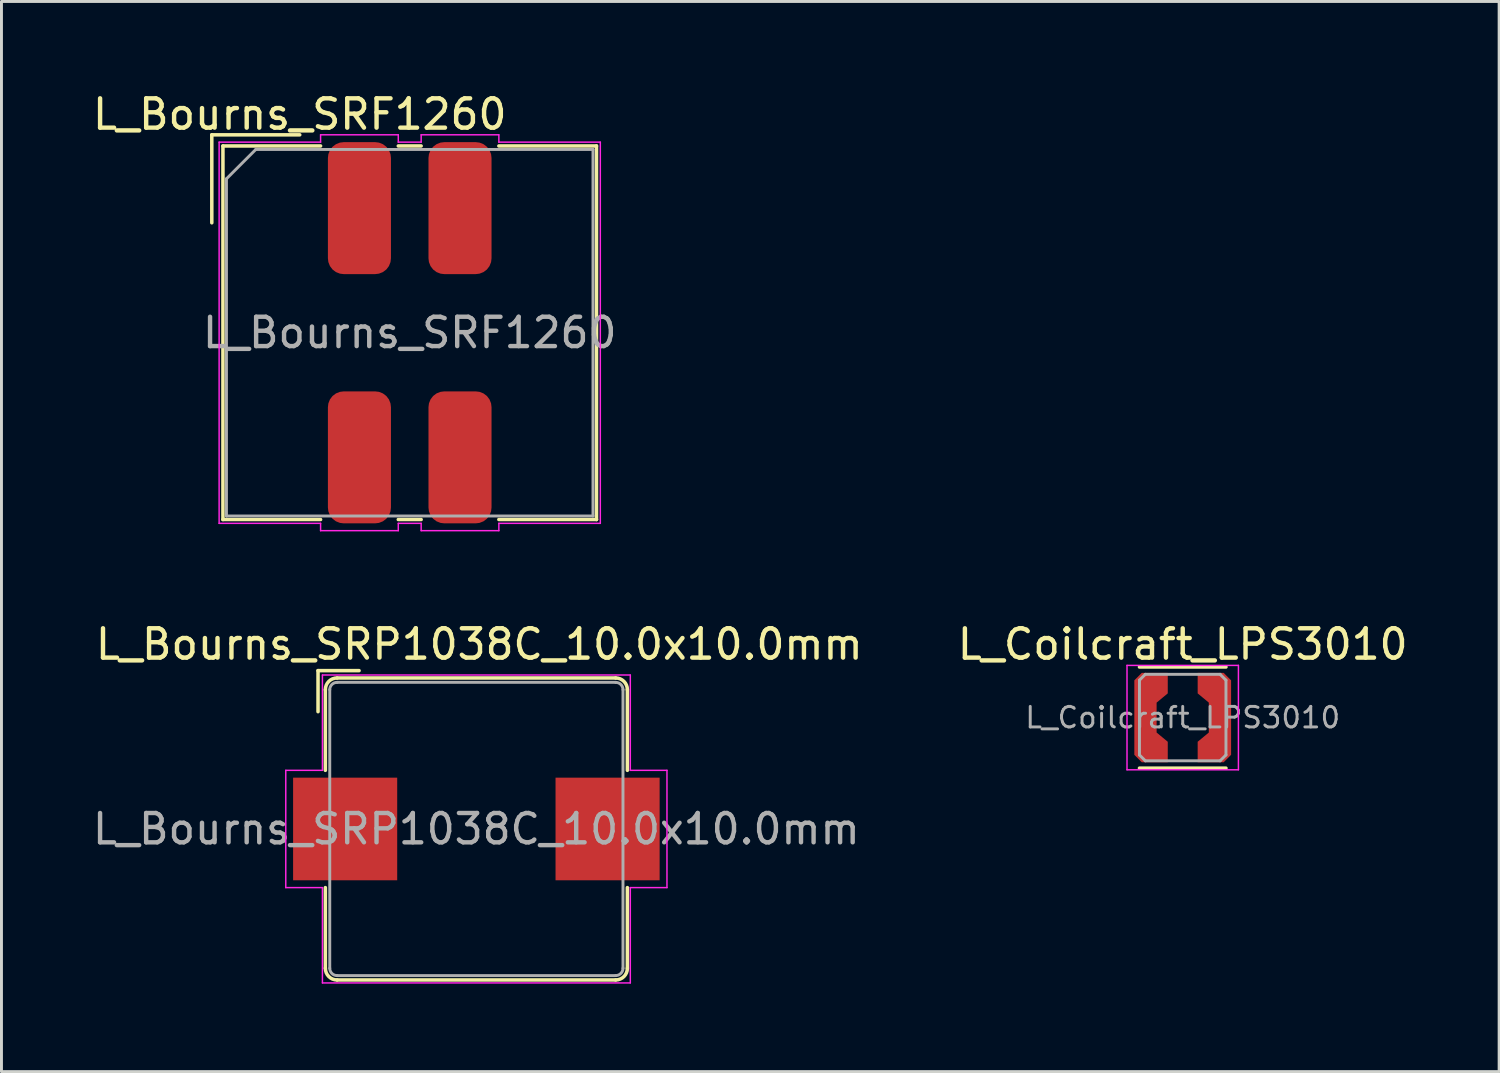
<source format=kicad_pcb>
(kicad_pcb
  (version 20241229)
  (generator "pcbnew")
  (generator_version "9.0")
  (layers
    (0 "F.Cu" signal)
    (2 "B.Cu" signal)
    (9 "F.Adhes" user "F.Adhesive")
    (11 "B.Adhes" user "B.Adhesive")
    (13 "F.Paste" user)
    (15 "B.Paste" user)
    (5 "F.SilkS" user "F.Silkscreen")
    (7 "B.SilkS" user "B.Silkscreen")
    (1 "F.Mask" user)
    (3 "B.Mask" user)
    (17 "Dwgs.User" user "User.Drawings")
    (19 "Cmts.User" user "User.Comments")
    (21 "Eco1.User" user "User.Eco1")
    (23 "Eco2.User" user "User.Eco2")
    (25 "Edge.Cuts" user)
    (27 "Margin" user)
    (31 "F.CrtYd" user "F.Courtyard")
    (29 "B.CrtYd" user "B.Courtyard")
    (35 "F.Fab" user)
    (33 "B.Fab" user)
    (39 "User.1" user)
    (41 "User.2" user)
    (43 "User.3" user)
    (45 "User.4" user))
  (footprint "L_Bourns_SRF1260"
    (layer "F.Cu")
    (at 10.923 8.298)
    (property "Reference" "L_Bourns_SRF1260" (at -3.75 -7.45 0) (layer "F.SilkS") (effects (font (size 1 1) (thickness 0.15))))
    (attr smd)
    (fp_line (start -6.75 -6.75) (end -3.75 -6.75) (stroke (width 0.12) (type solid)) (layer "F.SilkS"))
    (fp_line (start -6.75 -3.75) (end -6.75 -6.75) (stroke (width 0.12) (type solid)) (layer "F.SilkS"))
    (fp_line (start -6.37 -6.37) (end -6.37 6.37) (stroke (width 0.12) (type solid)) (layer "F.SilkS"))
    (fp_line (start -6.37 -6.37) (end -3.04 -6.37) (stroke (width 0.12) (type solid)) (layer "F.SilkS"))
    (fp_line (start -6.37 6.37) (end -3.04 6.37) (stroke (width 0.12) (type solid)) (layer "F.SilkS"))
    (fp_line (start -0.39 -6.37) (end 0.39 -6.37) (stroke (width 0.12) (type solid)) (layer "F.SilkS"))
    (fp_line (start -0.39 6.37) (end 0.39 6.37) (stroke (width 0.12) (type solid)) (layer "F.SilkS"))
    (fp_line (start 3.04 -6.37) (end 6.37 -6.37) (stroke (width 0.12) (type solid)) (layer "F.SilkS"))
    (fp_line (start 3.04 6.37) (end 6.37 6.37) (stroke (width 0.12) (type solid)) (layer "F.SilkS"))
    (fp_line (start 6.37 -6.37) (end 6.37 6.37) (stroke (width 0.12) (type solid)) (layer "F.SilkS"))
    (fp_line (start -6.5 -6.5) (end -6.5 6.5) (stroke (width 0.05) (type solid)) (layer "F.CrtYd"))
    (fp_line (start -6.5 -6.5) (end -3.04 -6.5) (stroke (width 0.05) (type solid)) (layer "F.CrtYd"))
    (fp_line (start -6.5 6.5) (end -3.04 6.5) (stroke (width 0.05) (type solid)) (layer "F.CrtYd"))
    (fp_line (start -3.04 -6.75) (end -0.39 -6.75) (stroke (width 0.05) (type solid)) (layer "F.CrtYd"))
    (fp_line (start -3.04 -6.5) (end -3.04 -6.75) (stroke (width 0.05) (type solid)) (layer "F.CrtYd"))
    (fp_line (start -3.04 6.5) (end -3.04 6.75) (stroke (width 0.05) (type solid)) (layer "F.CrtYd"))
    (fp_line (start -3.04 6.75) (end -0.39 6.75) (stroke (width 0.05) (type solid)) (layer "F.CrtYd"))
    (fp_line (start -0.39 -6.75) (end -0.39 -6.5) (stroke (width 0.05) (type solid)) (layer "F.CrtYd"))
    (fp_line (start -0.39 -6.5) (end 0.39 -6.5) (stroke (width 0.05) (type solid)) (layer "F.CrtYd"))
    (fp_line (start -0.39 6.5) (end 0.39 6.5) (stroke (width 0.05) (type solid)) (layer "F.CrtYd"))
    (fp_line (start -0.39 6.75) (end -0.39 6.5) (stroke (width 0.05) (type solid)) (layer "F.CrtYd"))
    (fp_line (start 0.39 -6.75) (end 3.04 -6.75) (stroke (width 0.05) (type solid)) (layer "F.CrtYd"))
    (fp_line (start 0.39 -6.5) (end 0.39 -6.75) (stroke (width 0.05) (type solid)) (layer "F.CrtYd"))
    (fp_line (start 0.39 6.5) (end 0.39 6.75) (stroke (width 0.05) (type solid)) (layer "F.CrtYd"))
    (fp_line (start 0.39 6.75) (end 3.04 6.75) (stroke (width 0.05) (type solid)) (layer "F.CrtYd"))
    (fp_line (start 3.04 -6.75) (end 3.04 -6.5) (stroke (width 0.05) (type solid)) (layer "F.CrtYd"))
    (fp_line (start 3.04 -6.5) (end 6.5 -6.5) (stroke (width 0.05) (type solid)) (layer "F.CrtYd"))
    (fp_line (start 3.04 6.5) (end 6.5 6.5) (stroke (width 0.05) (type solid)) (layer "F.CrtYd"))
    (fp_line (start 3.04 6.75) (end 3.04 6.5) (stroke (width 0.05) (type solid)) (layer "F.CrtYd"))
    (fp_line (start 6.5 -6.5) (end 6.5 6.5) (stroke (width 0.05) (type solid)) (layer "F.CrtYd"))
    (fp_line (start -6.25 -5.25) (end -5.25 -6.25) (stroke (width 0.1) (type solid)) (layer "F.Fab"))
    (fp_line (start -6.25 6.25) (end -6.25 -5.25) (stroke (width 0.1) (type solid)) (layer "F.Fab"))
    (fp_line (start -5.25 -6.25) (end 6.25 -6.25) (stroke (width 0.1) (type solid)) (layer "F.Fab"))
    (fp_line (start 6.25 -6.25) (end 6.25 6.25) (stroke (width 0.1) (type solid)) (layer "F.Fab"))
    (fp_line (start 6.25 6.25) (end -6.25 6.25) (stroke (width 0.1) (type solid)) (layer "F.Fab"))
    (fp_text user "${REFERENCE}" (at 0 0 0) (layer "F.Fab") (effects (font (size 1 1) (thickness 0.15))))
    (pad "1" smd roundrect (at -1.715 -4.25) (size 2.15 4.5) (layers "F.Cu" "F.Mask" "F.Paste") (roundrect_rratio 0.25))
    (pad "2" smd roundrect (at 1.715 -4.25) (size 2.15 4.5) (layers "F.Cu" "F.Mask" "F.Paste") (roundrect_rratio 0.25))
    (pad "3" smd roundrect (at 1.715 4.25) (size 2.15 4.5) (layers "F.Cu" "F.Mask" "F.Paste") (roundrect_rratio 0.25))
    (pad "4" smd roundrect (at -1.715 4.25) (size 2.15 4.5) (layers "F.Cu" "F.Mask" "F.Paste") (roundrect_rratio 0.25)))
  (footprint "L_Bourns_SRP1038C_10.0x10.0mm"
    (layer "F.Cu")
    (at 13.196 25.221)
    (property "Reference" "L_Bourns_SRP1038C_10.0x10.0mm" (at 0.1 -6.3 0) (layer "F.SilkS") (effects (font (size 1 1) (thickness 0.15))))
    (attr smd)
    (fp_line (start -5.4 -5.4) (end -5.4 -4) (stroke (width 0.12) (type solid)) (layer "F.SilkS"))
    (fp_line (start -5.4 -5.4) (end -4 -5.4) (stroke (width 0.12) (type solid)) (layer "F.SilkS"))
    (fp_line (start -5.15 -4.75) (end -5.15 -2) (stroke (width 0.12) (type solid)) (layer "F.SilkS"))
    (fp_line (start -5.15 2) (end -5.15 4.75) (stroke (width 0.12) (type solid)) (layer "F.SilkS"))
    (fp_line (start -4.75 -5.15) (end 4.75 -5.15) (stroke (width 0.12) (type solid)) (layer "F.SilkS"))
    (fp_line (start 4.75 5.15) (end -4.75 5.15) (stroke (width 0.12) (type solid)) (layer "F.SilkS"))
    (fp_line (start 5.15 -4.75) (end 5.15 -2) (stroke (width 0.12) (type solid)) (layer "F.SilkS"))
    (fp_line (start 5.15 2) (end 5.15 4.75) (stroke (width 0.12) (type solid)) (layer "F.SilkS"))
    (fp_arc (start -5.15 -4.75) (mid -5.032843 -5.032843) (end -4.75 -5.15) (stroke (width 0.12) (type solid)) (layer "F.SilkS"))
    (fp_arc (start -4.75 5.15) (mid -5.032843 5.032843) (end -5.15 4.75) (stroke (width 0.12) (type solid)) (layer "F.SilkS"))
    (fp_arc (start 4.75 -5.15) (mid 5.032843 -5.032843) (end 5.15 -4.75) (stroke (width 0.12) (type solid)) (layer "F.SilkS"))
    (fp_arc (start 5.15 4.75) (mid 5.032843 5.032843) (end 4.75 5.15) (stroke (width 0.12) (type solid)) (layer "F.SilkS"))
    (fp_line (start -6.5 -2) (end -6.5 2) (stroke (width 0.05) (type solid)) (layer "F.CrtYd"))
    (fp_line (start -6.5 -2) (end -5.25 -2) (stroke (width 0.05) (type solid)) (layer "F.CrtYd"))
    (fp_line (start -5.25 -5.25) (end -5.25 -2) (stroke (width 0.05) (type solid)) (layer "F.CrtYd"))
    (fp_line (start -5.25 -5.25) (end 5.25 -5.25) (stroke (width 0.05) (type solid)) (layer "F.CrtYd"))
    (fp_line (start -5.25 2) (end -6.5 2) (stroke (width 0.05) (type solid)) (layer "F.CrtYd"))
    (fp_line (start -5.25 5.25) (end -5.25 2) (stroke (width 0.05) (type solid)) (layer "F.CrtYd"))
    (fp_line (start 5.25 -5.25) (end 5.25 -2) (stroke (width 0.05) (type solid)) (layer "F.CrtYd"))
    (fp_line (start 5.25 2) (end 5.25 5.25) (stroke (width 0.05) (type solid)) (layer "F.CrtYd"))
    (fp_line (start 5.25 5.25) (end -5.25 5.25) (stroke (width 0.05) (type solid)) (layer "F.CrtYd"))
    (fp_line (start 6.5 -2) (end 5.25 -2) (stroke (width 0.05) (type solid)) (layer "F.CrtYd"))
    (fp_line (start 6.5 -2) (end 6.5 2) (stroke (width 0.05) (type solid)) (layer "F.CrtYd"))
    (fp_line (start 6.5 2) (end 5.25 2) (stroke (width 0.05) (type solid)) (layer "F.CrtYd"))
    (fp_line (start -5 -4.75) (end -5 4.75) (stroke (width 0.1) (type solid)) (layer "F.Fab"))
    (fp_line (start -4.75 -5) (end 4.75 -5) (stroke (width 0.1) (type solid)) (layer "F.Fab"))
    (fp_line (start 4.75 5) (end -4.75 5) (stroke (width 0.1) (type solid)) (layer "F.Fab"))
    (fp_line (start 5 -4.75) (end 5 4.75) (stroke (width 0.1) (type solid)) (layer "F.Fab"))
    (fp_arc (start -5 -4.75) (mid -4.926777 -4.926777) (end -4.75 -5) (stroke (width 0.1) (type solid)) (layer "F.Fab"))
    (fp_arc (start -4.75 5) (mid -4.926777 4.926777) (end -5 4.75) (stroke (width 0.1) (type solid)) (layer "F.Fab"))
    (fp_arc (start 4.75 -5) (mid 4.926777 -4.926777) (end 5 -4.75) (stroke (width 0.1) (type solid)) (layer "F.Fab"))
    (fp_arc (start 5 4.75) (mid 4.926777 4.926777) (end 4.75 5) (stroke (width 0.1) (type solid)) (layer "F.Fab"))
    (fp_text user "${REFERENCE}" (at 0 0 0) (layer "F.Fab") (effects (font (size 1 1) (thickness 0.15))))
    (pad "1" smd rect (at -4.475 0) (size 3.55 3.5) (layers "F.Cu" "F.Mask" "F.Paste"))
    (pad "2" smd rect (at 4.475 0) (size 3.55 3.5) (layers "F.Cu" "F.Mask" "F.Paste")))
  (footprint "L_Coilcraft_LPS3010"
    (layer "F.Cu")
    (at 37.285 21.422)
    (property "Reference" "L_Coilcraft_LPS3010" (at 0 -2.5 0) (layer "F.SilkS") (effects (font (size 1 1) (thickness 0.15))))
    (attr smd)
    (fp_line (start -1.475 -1.725) (end 1.475 -1.725) (stroke (width 0.12) (type solid)) (layer "F.SilkS"))
    (fp_line (start -1.475 1.725) (end 1.475 1.725) (stroke (width 0.12) (type solid)) (layer "F.SilkS"))
    (fp_line (start -1.9 -1.78) (end 1.9 -1.78) (stroke (width 0.05) (type solid)) (layer "F.CrtYd"))
    (fp_line (start -1.9 1.78) (end -1.9 -1.78) (stroke (width 0.05) (type solid)) (layer "F.CrtYd"))
    (fp_line (start 1.9 -1.78) (end 1.9 1.78) (stroke (width 0.05) (type solid)) (layer "F.CrtYd"))
    (fp_line (start 1.9 1.78) (end -1.9 1.78) (stroke (width 0.05) (type solid)) (layer "F.CrtYd"))
    (fp_line (start -1.475 -1.275) (end -1.275 -1.475) (stroke (width 0.1) (type solid)) (layer "F.Fab"))
    (fp_line (start -1.475 1.275) (end -1.475 -1.275) (stroke (width 0.1) (type solid)) (layer "F.Fab"))
    (fp_line (start -1.475 1.275) (end -1.275 1.475) (stroke (width 0.1) (type solid)) (layer "F.Fab"))
    (fp_line (start -1.275 -1.475) (end 1.275 -1.475) (stroke (width 0.1) (type solid)) (layer "F.Fab"))
    (fp_line (start 1.275 -1.475) (end 1.475 -1.275) (stroke (width 0.1) (type solid)) (layer "F.Fab"))
    (fp_line (start 1.275 1.475) (end -1.275 1.475) (stroke (width 0.1) (type solid)) (layer "F.Fab"))
    (fp_line (start 1.475 -1.275) (end 1.475 1.275) (stroke (width 0.1) (type solid)) (layer "F.Fab"))
    (fp_line (start 1.475 1.275) (end 1.275 1.475) (stroke (width 0.1) (type solid)) (layer "F.Fab"))
    (fp_text user "${REFERENCE}" (at 0 0 0) (layer "F.Fab") (effects (font (size 0.7 0.7) (thickness 0.1))))
    (pad "1" smd custom (at -1.27 0) (size 0.76 2.54) (layers "F.Cu" "F.Mask" "F.Paste") (options (anchor rect)) (primitives (gr_poly (pts (xy 0.76 -0.825) (xy 0.38 -0.51) (xy 0.38 0.51) (xy 0.76 0.825) (xy 0.76 1.525) (xy -0.125 1.525) (xy -0.38 1.27) (xy -0.38 -1.27) (xy -0.125 -1.525) (xy 0.76 -1.525)) (width 0) (fill yes))))
    (pad "2" smd custom (at 1.27 0 180) (size 0.76 2.54) (layers "F.Cu" "F.Mask" "F.Paste") (options (anchor rect)) (primitives (gr_poly (pts (xy 0.76 -0.825) (xy 0.38 -0.51) (xy 0.38 0.51) (xy 0.76 0.825) (xy 0.76 1.525) (xy -0.125 1.525) (xy -0.38 1.27) (xy -0.38 -1.27) (xy -0.125 -1.525) (xy 0.76 -1.525)) (width 0) (fill yes)))))
  (gr_rect
    (start -3 -3)
    (end 48.076 33.496)
    (stroke (width 0.1) (type default))
    (fill no)
    (layer "Edge.Cuts")))
</source>
